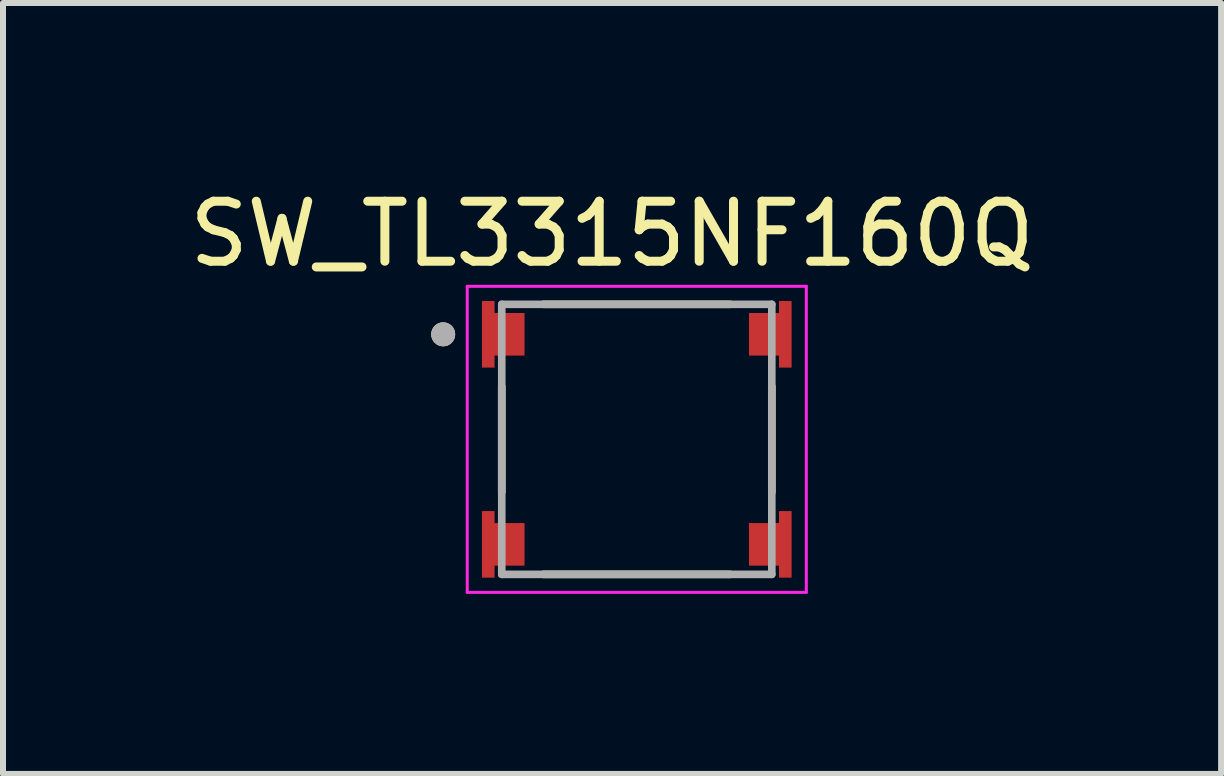
<source format=kicad_pcb>
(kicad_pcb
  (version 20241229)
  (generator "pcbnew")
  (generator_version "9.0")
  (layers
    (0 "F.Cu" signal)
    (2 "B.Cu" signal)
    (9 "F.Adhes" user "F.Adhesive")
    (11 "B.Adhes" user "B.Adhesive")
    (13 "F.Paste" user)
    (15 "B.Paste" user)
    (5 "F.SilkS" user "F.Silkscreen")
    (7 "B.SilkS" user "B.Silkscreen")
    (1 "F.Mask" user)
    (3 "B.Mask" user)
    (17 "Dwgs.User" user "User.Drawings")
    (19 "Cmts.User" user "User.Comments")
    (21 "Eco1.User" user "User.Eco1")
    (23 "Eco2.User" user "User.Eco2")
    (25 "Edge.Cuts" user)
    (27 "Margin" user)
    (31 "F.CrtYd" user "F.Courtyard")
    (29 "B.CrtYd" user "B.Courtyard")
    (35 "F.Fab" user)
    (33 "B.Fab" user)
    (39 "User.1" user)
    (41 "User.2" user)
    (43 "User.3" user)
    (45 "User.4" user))
  (footprint "SW_TL3315NF160Q"
    (layer "F.Cu")
    (at 7.561 4.271)
    (property "Reference" "SW_TL3315NF160Q" (at -0.412 -3.423 0) (layer "F.SilkS") (effects (font (size 1 1) (thickness 0.15))))
    (attr smd)
    (fp_poly (pts (xy -2.675 -2.4) (xy -2.675 -1.1) (xy -2.275 -1.1) (xy -2.275 -1.3) (xy -1.775 -1.3) (xy -1.775 -2.2) (xy -2.275 -2.2) (xy -2.275 -2.4)) (stroke (width 0.01) (type solid)) (fill yes) (layer "F.Mask"))
    (fp_poly (pts (xy -2.275 2.4) (xy -2.675 2.4) (xy -2.675 1.1) (xy -2.275 1.1) (xy -2.275 1.3) (xy -1.775 1.3) (xy -1.775 2.2) (xy -2.275 2.2)) (stroke (width 0.01) (type solid)) (fill yes) (layer "F.Mask"))
    (fp_poly (pts (xy 2.275 -1.3) (xy 1.775 -1.3) (xy 1.775 -2.2) (xy 2.275 -2.2) (xy 2.275 -2.4) (xy 2.675 -2.4) (xy 2.675 -1.1) (xy 2.275 -1.1)) (stroke (width 0.01) (type solid)) (fill yes) (layer "F.Mask"))
    (fp_poly (pts (xy 2.275 2.2) (xy 1.775 2.2) (xy 1.775 1.3) (xy 2.275 1.3) (xy 2.275 1.1) (xy 2.675 1.1) (xy 2.675 2.4) (xy 2.275 2.4)) (stroke (width 0.01) (type solid)) (fill yes) (layer "F.Mask"))
    (fp_line (start -2.25 -0.88) (end -2.25 0.88) (stroke (width 0.127) (type solid)) (layer "F.SilkS"))
    (fp_line (start -1.555 -2.25) (end 1.555 -2.25) (stroke (width 0.127) (type solid)) (layer "F.SilkS"))
    (fp_line (start -1.555 2.25) (end 1.555 2.25) (stroke (width 0.127) (type solid)) (layer "F.SilkS"))
    (fp_line (start 2.25 -0.88) (end 2.25 0.88) (stroke (width 0.127) (type solid)) (layer "F.SilkS"))
    (fp_circle (center -3.226 -1.75) (end -3.126 -1.75) (stroke (width 0.2) (type solid)) (fill no) (layer "F.SilkS"))
    (fp_poly (pts (xy -2.375 -1.2) (xy -2.575 -1.2) (xy -2.575 -2.3) (xy -2.375 -2.3) (xy -2.375 -2.1) (xy -1.875 -2.1) (xy -1.875 -1.4) (xy -2.375 -1.4)) (stroke (width 0.01) (type solid)) (fill yes) (layer "F.Paste"))
    (fp_poly (pts (xy -2.375 2.3) (xy -2.575 2.3) (xy -2.575 1.2) (xy -2.375 1.2) (xy -2.375 1.4) (xy -1.875 1.4) (xy -1.875 2.1) (xy -2.375 2.1)) (stroke (width 0.01) (type solid)) (fill yes) (layer "F.Paste"))
    (fp_poly (pts (xy 2.375 -1.4) (xy 1.875 -1.4) (xy 1.875 -2.1) (xy 2.375 -2.1) (xy 2.375 -2.3) (xy 2.575 -2.3) (xy 2.575 -1.2) (xy 2.375 -1.2)) (stroke (width 0.01) (type solid)) (fill yes) (layer "F.Paste"))
    (fp_poly (pts (xy 2.375 2.1) (xy 1.875 2.1) (xy 1.875 1.4) (xy 2.375 1.4) (xy 2.375 1.2) (xy 2.575 1.2) (xy 2.575 2.3) (xy 2.375 2.3)) (stroke (width 0.01) (type solid)) (fill yes) (layer "F.Paste"))
    (fp_line (start -2.825 -2.55) (end -2.825 2.55) (stroke (width 0.05) (type solid)) (layer "F.CrtYd"))
    (fp_line (start -2.825 2.55) (end 2.825 2.55) (stroke (width 0.05) (type solid)) (layer "F.CrtYd"))
    (fp_line (start 2.825 -2.55) (end -2.825 -2.55) (stroke (width 0.05) (type solid)) (layer "F.CrtYd"))
    (fp_line (start 2.825 2.55) (end 2.825 -2.55) (stroke (width 0.05) (type solid)) (layer "F.CrtYd"))
    (fp_line (start -2.25 -2.25) (end 2.25 -2.25) (stroke (width 0.127) (type solid)) (layer "F.Fab"))
    (fp_line (start -2.25 2.25) (end -2.25 -2.25) (stroke (width 0.127) (type solid)) (layer "F.Fab"))
    (fp_line (start 2.25 -2.25) (end 2.25 2.25) (stroke (width 0.127) (type solid)) (layer "F.Fab"))
    (fp_line (start 2.25 2.25) (end -2.25 2.25) (stroke (width 0.127) (type solid)) (layer "F.Fab"))
    (fp_circle (center -3.226 -1.75) (end -3.126 -1.75) (stroke (width 0.2) (type solid)) (fill no) (layer "F.Fab"))
    (pad "1" smd custom (at -2.23 -1.75) (size 0.5 0.5) (layers "F.Cu") (options (anchor rect)) (primitives (gr_poly (pts (xy -0.145 0.55) (xy -0.345 0.55) (xy -0.345 -0.55) (xy -0.145 -0.55) (xy -0.145 -0.35) (xy 0.355 -0.35) (xy 0.355 0.35) (xy -0.145 0.35)) (width 0.01) (fill yes))))
    (pad "2" smd custom (at 2.23 -1.75) (size 0.5 0.5) (layers "F.Cu") (options (anchor rect)) (primitives (gr_poly (pts (xy 0.145 0.35) (xy -0.355 0.35) (xy -0.355 -0.35) (xy 0.145 -0.35) (xy 0.145 -0.55) (xy 0.345 -0.55) (xy 0.345 0.55) (xy 0.145 0.55)) (width 0.01) (fill yes))))
    (pad "3" smd custom (at -2.23 1.75) (size 0.5 0.5) (layers "F.Cu") (options (anchor rect)) (primitives (gr_poly (pts (xy -0.145 0.55) (xy -0.345 0.55) (xy -0.345 -0.55) (xy -0.145 -0.55) (xy -0.145 -0.35) (xy 0.355 -0.35) (xy 0.355 0.35) (xy -0.145 0.35)) (width 0.01) (fill yes))))
    (pad "4" smd custom (at 2.23 1.75) (size 0.5 0.5) (layers "F.Cu") (options (anchor rect)) (primitives (gr_poly (pts (xy 0.145 0.35) (xy -0.355 0.35) (xy -0.355 -0.35) (xy 0.145 -0.35) (xy 0.145 -0.55) (xy 0.345 -0.55) (xy 0.345 0.55) (xy 0.145 0.55)) (width 0.01) (fill yes)))))
  (gr_rect
    (start -3 -3)
    (end 17.298 9.846)
    (stroke (width 0.1) (type default))
    (fill no)
    (layer "Edge.Cuts")))
</source>
